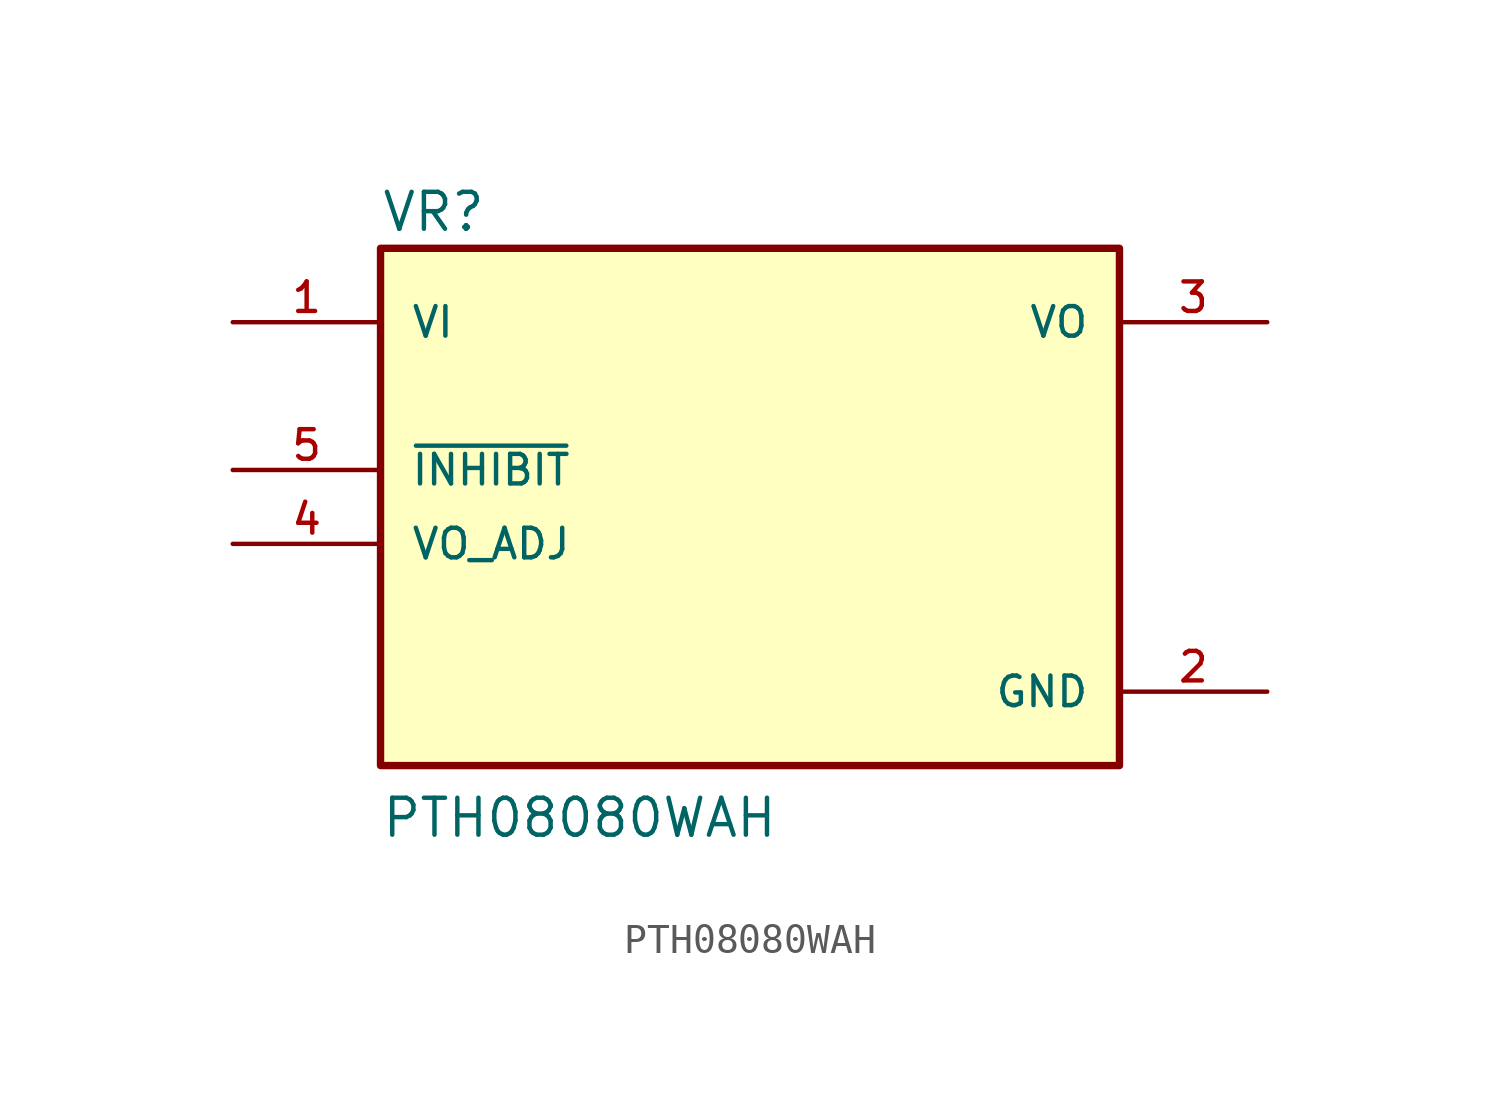
<source format=kicad_sym>
(kicad_symbol_lib
  (version 20211014)
  (generator kicad_symbol_editor)
  (symbol "PTH08080WAH"
    (pin_names
      (offset 1.016))
    (property "Reference" "VR"
      (at -12.7 8.128 0)
      (effects (font (size 1.27 1.27)) (justify bottom left)))
    (property "Value" "PTH08080WAH"
      (at -12.7 -12.7 0)
      (effects (font (size 1.27 1.27)) (justify bottom left)))
    (symbol "PTH08080WAH_0_0"
      (rectangle (start -12.7 -10.16) (end 12.7 7.62) (stroke (width 0.254)) (fill (type background)))
      (pin input line (at -17.78 5.08 0) (length 5.08) (name "VI" (effects (font (size 1.016 1.016)))) (number "1" (effects (font (size 1.016 1.016)))))
      (pin output line (at 17.78 5.08 180.0) (length 5.08) (name "VO" (effects (font (size 1.016 1.016)))) (number "3" (effects (font (size 1.016 1.016)))))
      (pin power_in line (at 17.78 -7.62 180.0) (length 5.08) (name "GND" (effects (font (size 1.016 1.016)))) (number "2" (effects (font (size 1.016 1.016)))))
      (pin input line (at -17.78 -2.54 0) (length 5.08) (name "VO_ADJ" (effects (font (size 1.016 1.016)))) (number "4" (effects (font (size 1.016 1.016)))))
      (pin input line (at -17.78 0.0 0) (length 5.08) (name "~{INHIBIT}" (effects (font (size 1.016 1.016)))) (number "5" (effects (font (size 1.016 1.016))))))))
</source>
